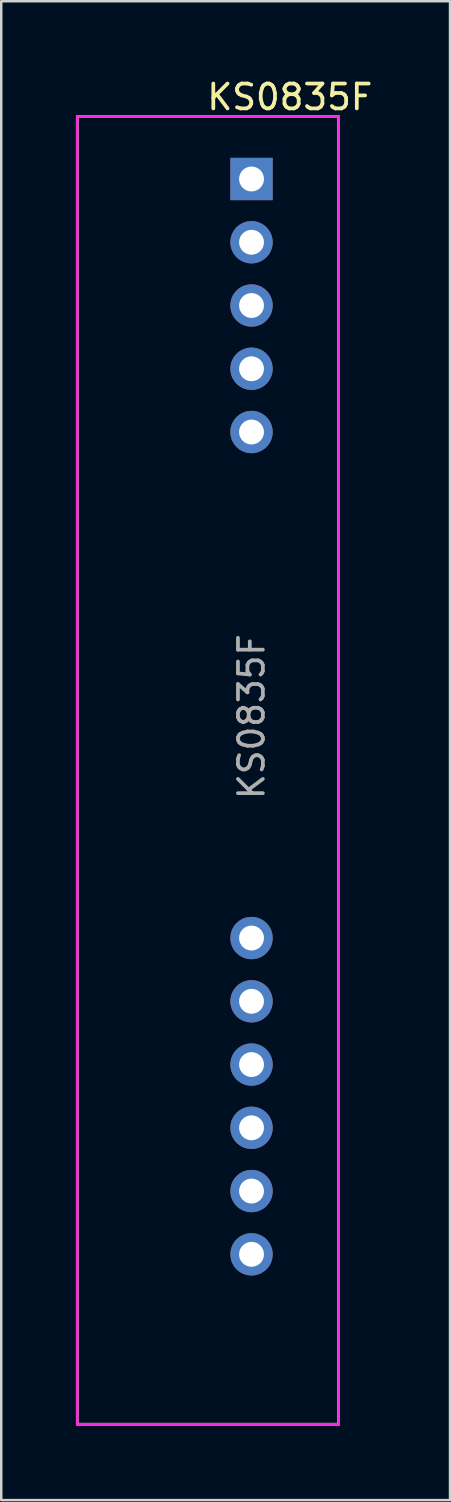
<source format=kicad_pcb>
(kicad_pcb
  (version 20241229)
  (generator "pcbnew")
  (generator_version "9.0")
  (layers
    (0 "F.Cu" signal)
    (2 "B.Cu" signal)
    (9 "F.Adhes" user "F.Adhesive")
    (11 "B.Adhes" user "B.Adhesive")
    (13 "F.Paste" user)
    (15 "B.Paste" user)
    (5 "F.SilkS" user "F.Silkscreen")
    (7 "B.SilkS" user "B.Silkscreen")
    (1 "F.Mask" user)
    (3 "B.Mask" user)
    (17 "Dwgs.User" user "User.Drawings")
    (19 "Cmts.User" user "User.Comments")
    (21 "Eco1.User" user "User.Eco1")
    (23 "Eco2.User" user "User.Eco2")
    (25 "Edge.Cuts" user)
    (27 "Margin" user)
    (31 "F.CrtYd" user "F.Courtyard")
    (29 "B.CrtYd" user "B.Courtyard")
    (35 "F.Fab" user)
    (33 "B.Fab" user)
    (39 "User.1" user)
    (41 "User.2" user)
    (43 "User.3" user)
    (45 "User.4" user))
  (footprint "KS0835F"
    (layer "F.Cu")
    (at 7.05 4.138)
    (property "Reference" "KS0835F" (at 1.537 -3.289 0) (layer "F.SilkS") (effects (font (size 1 1) (thickness 0.15))))
    (attr through_hole)
    (fp_line (start -7 -2.5) (end 3.5 -2.5) (stroke (width 0.1) (type solid)) (layer "F.SilkS"))
    (fp_line (start -7 50) (end -7 -2.5) (stroke (width 0.1) (type solid)) (layer "F.SilkS"))
    (fp_line (start 3.5 -2.5) (end 3.5 50) (stroke (width 0.1) (type solid)) (layer "F.SilkS"))
    (fp_line (start 3.5 50) (end -7 50) (stroke (width 0.1) (type solid)) (layer "F.SilkS"))
    (fp_line (start -7 -2.5) (end 3.5 -2.5) (stroke (width 0.1) (type solid)) (layer "F.CrtYd"))
    (fp_line (start -7 50) (end -7 -2.5) (stroke (width 0.1) (type solid)) (layer "F.CrtYd"))
    (fp_line (start 3.5 -2.5) (end 3.5 50) (stroke (width 0.1) (type solid)) (layer "F.CrtYd"))
    (fp_line (start 3.5 50) (end -7 50) (stroke (width 0.1) (type solid)) (layer "F.CrtYd"))
    (fp_line (start -7 -2.5) (end 3.5 -2.5) (stroke (width 0.1) (type solid)) (layer "F.Fab"))
    (fp_line (start -7 50) (end -7 -2.5) (stroke (width 0.1) (type solid)) (layer "F.Fab"))
    (fp_line (start 3.5 -2.5) (end 3.5 50) (stroke (width 0.1) (type solid)) (layer "F.Fab"))
    (fp_line (start 3.5 50) (end -7 50) (stroke (width 0.1) (type solid)) (layer "F.Fab"))
    (fp_text user "${REFERENCE}" (at 0 21.59 90) (layer "F.Fab") (effects (font (size 1 1) (thickness 0.15))))
    (pad "1" thru_hole rect (at 0 0) (size 1.7 1.7) (drill 1) (layers "*.Cu" "*.Mask"))
    (pad "2" thru_hole oval (at 0 2.54) (size 1.7 1.7) (drill 1) (layers "*.Cu" "*.Mask"))
    (pad "3" thru_hole oval (at 0 5.08) (size 1.7 1.7) (drill 1) (layers "*.Cu" "*.Mask"))
    (pad "4" thru_hole oval (at 0 7.62) (size 1.7 1.7) (drill 1) (layers "*.Cu" "*.Mask"))
    (pad "5" thru_hole oval (at 0 10.16) (size 1.7 1.7) (drill 1) (layers "*.Cu" "*.Mask"))
    (pad "6" thru_hole oval (at 0 30.48) (size 1.7 1.7) (drill 1) (layers "*.Cu" "*.Mask"))
    (pad "7" thru_hole oval (at 0 33.02) (size 1.7 1.7) (drill 1) (layers "*.Cu" "*.Mask"))
    (pad "8" thru_hole oval (at 0 35.56) (size 1.7 1.7) (drill 1) (layers "*.Cu" "*.Mask"))
    (pad "9" thru_hole oval (at 0 38.1) (size 1.7 1.7) (drill 1) (layers "*.Cu" "*.Mask"))
    (pad "10" thru_hole oval (at 0 40.64) (size 1.7 1.7) (drill 1) (layers "*.Cu" "*.Mask"))
    (pad "11" thru_hole oval (at 0 43.18) (size 1.7 1.7) (drill 1) (layers "*.Cu" "*.Mask")))
  (gr_rect
    (start -3 -3)
    (end 15.021 57.188)
    (stroke (width 0.1) (type default))
    (fill no)
    (layer "Edge.Cuts")))
</source>
